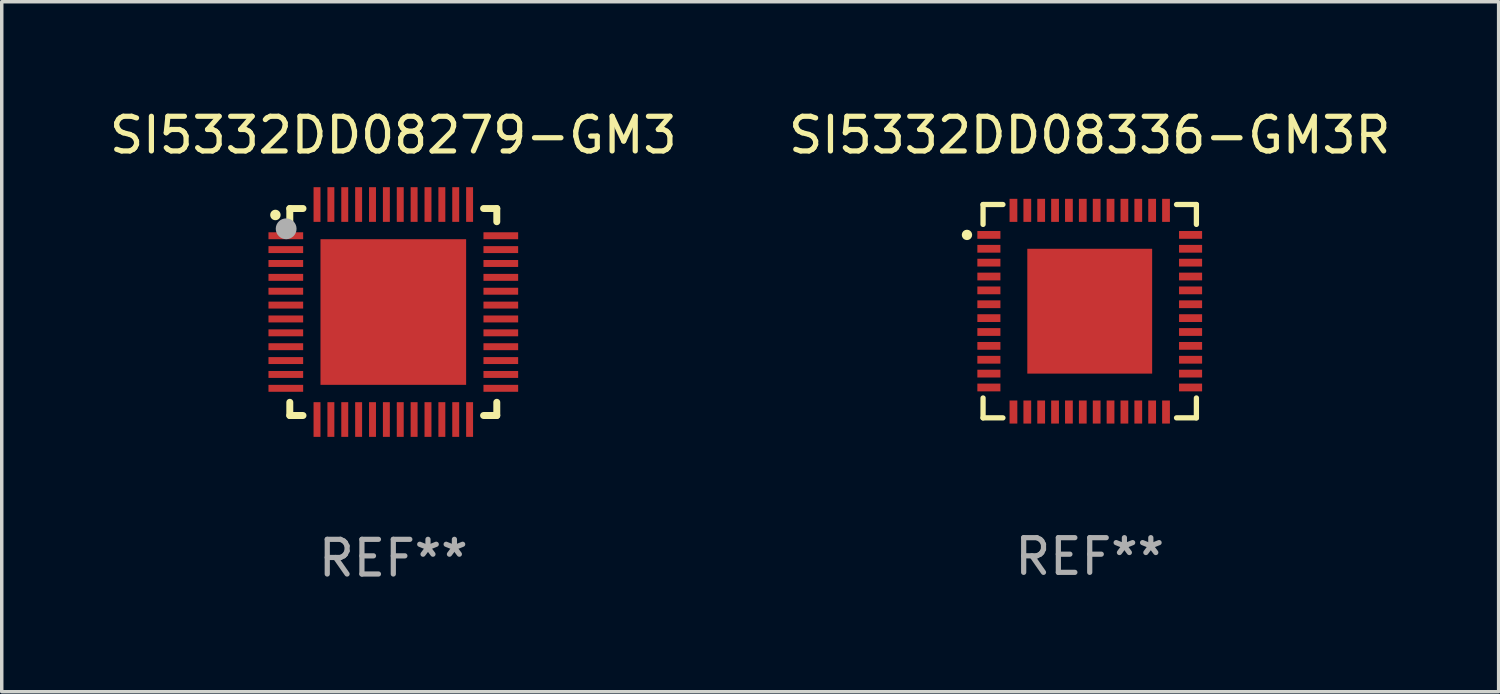
<source format=kicad_pcb>
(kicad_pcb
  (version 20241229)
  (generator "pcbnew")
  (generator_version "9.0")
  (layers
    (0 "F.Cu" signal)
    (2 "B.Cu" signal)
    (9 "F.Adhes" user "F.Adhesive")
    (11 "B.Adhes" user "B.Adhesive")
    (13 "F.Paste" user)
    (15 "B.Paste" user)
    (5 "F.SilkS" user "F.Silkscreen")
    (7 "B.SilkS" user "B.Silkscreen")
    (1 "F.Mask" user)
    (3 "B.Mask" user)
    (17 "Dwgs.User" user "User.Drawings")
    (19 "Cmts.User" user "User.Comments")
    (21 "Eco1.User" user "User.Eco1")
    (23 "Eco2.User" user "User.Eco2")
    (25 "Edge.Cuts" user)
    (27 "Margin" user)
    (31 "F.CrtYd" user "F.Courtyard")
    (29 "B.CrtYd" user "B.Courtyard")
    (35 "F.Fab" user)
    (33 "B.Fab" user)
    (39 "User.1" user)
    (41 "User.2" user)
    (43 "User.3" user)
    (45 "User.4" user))
  (footprint "SI5332DD08336-GM3R"
    (layer "F.Cu")
    (at 28.375 5.924)
    (property "Reference" "SI5332DD08336-GM3R" (at 0 -5.076 0) (layer "F.SilkS") (effects (font (size 1 1) (thickness 0.15))))
    (attr through_hole)
    (fp_line (start -3.076 -3.076) (end -3.076 -2.503) (stroke (width 0.152) (type solid)) (layer "F.SilkS"))
    (fp_line (start -3.076 3.076) (end -3.076 2.503) (stroke (width 0.152) (type solid)) (layer "F.SilkS"))
    (fp_line (start -2.503 -3.076) (end -3.076 -3.076) (stroke (width 0.152) (type solid)) (layer "F.SilkS"))
    (fp_line (start -2.503 3.076) (end -3.076 3.076) (stroke (width 0.152) (type solid)) (layer "F.SilkS"))
    (fp_line (start 2.503 -3.076) (end 3.076 -3.076) (stroke (width 0.152) (type solid)) (layer "F.SilkS"))
    (fp_line (start 2.503 3.076) (end 3.076 3.076) (stroke (width 0.152) (type solid)) (layer "F.SilkS"))
    (fp_line (start 3.076 -3.076) (end 3.076 -2.503) (stroke (width 0.152) (type solid)) (layer "F.SilkS"))
    (fp_line (start 3.076 3.076) (end 3.076 2.503) (stroke (width 0.152) (type solid)) (layer "F.SilkS"))
    (fp_circle (center -3.54 -2.2) (end -3.465 -2.2) (stroke (width 0.15) (type solid)) (fill no) (layer "F.SilkS"))
    (fp_text user "REF**" (at 0 7.076 0) (layer "F.Fab") (effects (font (size 1 1) (thickness 0.15))))
    (pad "1" smd rect (at -2.908 -2.2) (size 0.665 0.224) (layers "F.Cu" "F.Mask" "F.Paste"))
    (pad "2" smd rect (at -2.908 -1.8) (size 0.665 0.224) (layers "F.Cu" "F.Mask" "F.Paste"))
    (pad "3" smd rect (at -2.908 -1.4) (size 0.665 0.224) (layers "F.Cu" "F.Mask" "F.Paste"))
    (pad "4" smd rect (at -2.908 -1) (size 0.665 0.224) (layers "F.Cu" "F.Mask" "F.Paste"))
    (pad "5" smd rect (at -2.908 -0.6) (size 0.665 0.224) (layers "F.Cu" "F.Mask" "F.Paste"))
    (pad "6" smd rect (at -2.908 -0.2) (size 0.665 0.224) (layers "F.Cu" "F.Mask" "F.Paste"))
    (pad "7" smd rect (at -2.908 0.2) (size 0.665 0.224) (layers "F.Cu" "F.Mask" "F.Paste"))
    (pad "8" smd rect (at -2.908 0.6) (size 0.665 0.224) (layers "F.Cu" "F.Mask" "F.Paste"))
    (pad "9" smd rect (at -2.908 1) (size 0.665 0.224) (layers "F.Cu" "F.Mask" "F.Paste"))
    (pad "10" smd rect (at -2.908 1.4) (size 0.665 0.224) (layers "F.Cu" "F.Mask" "F.Paste"))
    (pad "11" smd rect (at -2.908 1.8) (size 0.665 0.224) (layers "F.Cu" "F.Mask" "F.Paste"))
    (pad "12" smd rect (at -2.908 2.2) (size 0.665 0.224) (layers "F.Cu" "F.Mask" "F.Paste"))
    (pad "13" smd rect (at -2.2 2.908) (size 0.224 0.665) (layers "F.Cu" "F.Mask" "F.Paste"))
    (pad "14" smd rect (at -1.8 2.908) (size 0.224 0.665) (layers "F.Cu" "F.Mask" "F.Paste"))
    (pad "15" smd rect (at -1.4 2.908) (size 0.224 0.665) (layers "F.Cu" "F.Mask" "F.Paste"))
    (pad "16" smd rect (at -1 2.908) (size 0.224 0.665) (layers "F.Cu" "F.Mask" "F.Paste"))
    (pad "17" smd rect (at -0.6 2.908) (size 0.224 0.665) (layers "F.Cu" "F.Mask" "F.Paste"))
    (pad "18" smd rect (at -0.2 2.908) (size 0.224 0.665) (layers "F.Cu" "F.Mask" "F.Paste"))
    (pad "19" smd rect (at 0.2 2.908) (size 0.224 0.665) (layers "F.Cu" "F.Mask" "F.Paste"))
    (pad "20" smd rect (at 0.6 2.908) (size 0.224 0.665) (layers "F.Cu" "F.Mask" "F.Paste"))
    (pad "21" smd rect (at 1 2.908) (size 0.224 0.665) (layers "F.Cu" "F.Mask" "F.Paste"))
    (pad "22" smd rect (at 1.4 2.908) (size 0.224 0.665) (layers "F.Cu" "F.Mask" "F.Paste"))
    (pad "23" smd rect (at 1.8 2.908) (size 0.224 0.665) (layers "F.Cu" "F.Mask" "F.Paste"))
    (pad "24" smd rect (at 2.2 2.908) (size 0.224 0.665) (layers "F.Cu" "F.Mask" "F.Paste"))
    (pad "25" smd rect (at 2.908 2.2) (size 0.665 0.224) (layers "F.Cu" "F.Mask" "F.Paste"))
    (pad "26" smd rect (at 2.908 1.8) (size 0.665 0.224) (layers "F.Cu" "F.Mask" "F.Paste"))
    (pad "27" smd rect (at 2.908 1.4) (size 0.665 0.224) (layers "F.Cu" "F.Mask" "F.Paste"))
    (pad "28" smd rect (at 2.908 1) (size 0.665 0.224) (layers "F.Cu" "F.Mask" "F.Paste"))
    (pad "29" smd rect (at 2.908 0.6) (size 0.665 0.224) (layers "F.Cu" "F.Mask" "F.Paste"))
    (pad "30" smd rect (at 2.908 0.2) (size 0.665 0.224) (layers "F.Cu" "F.Mask" "F.Paste"))
    (pad "31" smd rect (at 2.908 -0.2) (size 0.665 0.224) (layers "F.Cu" "F.Mask" "F.Paste"))
    (pad "32" smd rect (at 2.908 -0.6) (size 0.665 0.224) (layers "F.Cu" "F.Mask" "F.Paste"))
    (pad "33" smd rect (at 2.908 -1) (size 0.665 0.224) (layers "F.Cu" "F.Mask" "F.Paste"))
    (pad "34" smd rect (at 2.908 -1.4) (size 0.665 0.224) (layers "F.Cu" "F.Mask" "F.Paste"))
    (pad "35" smd rect (at 2.908 -1.8) (size 0.665 0.224) (layers "F.Cu" "F.Mask" "F.Paste"))
    (pad "36" smd rect (at 2.908 -2.2) (size 0.665 0.224) (layers "F.Cu" "F.Mask" "F.Paste"))
    (pad "37" smd rect (at 2.2 -2.908) (size 0.224 0.665) (layers "F.Cu" "F.Mask" "F.Paste"))
    (pad "38" smd rect (at 1.8 -2.908) (size 0.224 0.665) (layers "F.Cu" "F.Mask" "F.Paste"))
    (pad "39" smd rect (at 1.4 -2.908) (size 0.224 0.665) (layers "F.Cu" "F.Mask" "F.Paste"))
    (pad "40" smd rect (at 1 -2.908) (size 0.224 0.665) (layers "F.Cu" "F.Mask" "F.Paste"))
    (pad "41" smd rect (at 0.6 -2.908) (size 0.224 0.665) (layers "F.Cu" "F.Mask" "F.Paste"))
    (pad "42" smd rect (at 0.2 -2.908) (size 0.224 0.665) (layers "F.Cu" "F.Mask" "F.Paste"))
    (pad "43" smd rect (at -0.2 -2.908) (size 0.224 0.665) (layers "F.Cu" "F.Mask" "F.Paste"))
    (pad "44" smd rect (at -0.6 -2.908) (size 0.224 0.665) (layers "F.Cu" "F.Mask" "F.Paste"))
    (pad "45" smd rect (at -1 -2.908) (size 0.224 0.665) (layers "F.Cu" "F.Mask" "F.Paste"))
    (pad "46" smd rect (at -1.4 -2.908) (size 0.224 0.665) (layers "F.Cu" "F.Mask" "F.Paste"))
    (pad "47" smd rect (at -1.8 -2.908) (size 0.224 0.665) (layers "F.Cu" "F.Mask" "F.Paste"))
    (pad "48" smd rect (at -2.2 -2.908) (size 0.224 0.665) (layers "F.Cu" "F.Mask" "F.Paste"))
    (pad "49" smd rect (at 0 0) (size 3.6 3.6) (layers "F.Cu" "F.Mask" "F.Paste")))
  (footprint "SI5332DD08279-GM3"
    (layer "F.Cu")
    (at 8.292 5.948)
    (property "Reference" "SI5332DD08279-GM3" (at 0 -5.1 0) (layer "F.SilkS") (effects (font (size 1 1) (thickness 0.15))))
    (attr through_hole)
    (fp_line (start -2.985 -2.985) (end -2.604 -2.985) (stroke (width 0.2) (type solid)) (layer "F.SilkS"))
    (fp_line (start -2.985 -2.604) (end -2.985 -2.985) (stroke (width 0.2) (type solid)) (layer "F.SilkS"))
    (fp_line (start -2.985 2.984) (end -2.985 2.603) (stroke (width 0.2) (type solid)) (layer "F.SilkS"))
    (fp_line (start -2.604 2.984) (end -2.985 2.984) (stroke (width 0.2) (type solid)) (layer "F.SilkS"))
    (fp_line (start 2.603 -2.985) (end 2.984 -2.985) (stroke (width 0.2) (type solid)) (layer "F.SilkS"))
    (fp_line (start 2.984 -2.985) (end 2.984 -2.604) (stroke (width 0.2) (type solid)) (layer "F.SilkS"))
    (fp_line (start 2.984 2.603) (end 2.984 2.984) (stroke (width 0.2) (type solid)) (layer "F.SilkS"))
    (fp_line (start 2.984 2.984) (end 2.603 2.984) (stroke (width 0.2) (type solid)) (layer "F.SilkS"))
    (fp_arc (start -3.400076 -2.797562) (mid -3.400081 -2.798806) (end -3.400076 -2.800051) (stroke (width 0.3) (type solid)) (layer "F.SilkS"))
    (fp_circle (center -3 -3) (end -2.97 -3) (stroke (width 0.06) (type solid)) (fill no) (layer "F.SilkS"))
    (fp_circle (center -3.09 -2.4) (end -2.94 -2.4) (stroke (width 0.3) (type solid)) (fill no) (layer "F.Fab"))
    (fp_text user "REF**" (at 0 7.1 0) (layer "F.Fab") (effects (font (size 1 1) (thickness 0.15))))
    (pad "1" smd rect (at -3.1 -2.2) (size 1 0.2) (layers "F.Cu" "F.Mask" "F.Paste"))
    (pad "2" smd rect (at -3.1 -1.8) (size 1 0.2) (layers "F.Cu" "F.Mask" "F.Paste"))
    (pad "3" smd rect (at -3.1 -1.4) (size 1 0.2) (layers "F.Cu" "F.Mask" "F.Paste"))
    (pad "4" smd rect (at -3.1 -1) (size 1 0.2) (layers "F.Cu" "F.Mask" "F.Paste"))
    (pad "5" smd rect (at -3.1 -0.6) (size 1 0.2) (layers "F.Cu" "F.Mask" "F.Paste"))
    (pad "6" smd rect (at -3.1 -0.2) (size 1 0.2) (layers "F.Cu" "F.Mask" "F.Paste"))
    (pad "7" smd rect (at -3.1 0.2) (size 1 0.2) (layers "F.Cu" "F.Mask" "F.Paste"))
    (pad "8" smd rect (at -3.1 0.6) (size 1 0.2) (layers "F.Cu" "F.Mask" "F.Paste"))
    (pad "9" smd rect (at -3.1 1) (size 1 0.2) (layers "F.Cu" "F.Mask" "F.Paste"))
    (pad "10" smd rect (at -3.1 1.4) (size 1 0.2) (layers "F.Cu" "F.Mask" "F.Paste"))
    (pad "11" smd rect (at -3.1 1.8) (size 1 0.2) (layers "F.Cu" "F.Mask" "F.Paste"))
    (pad "12" smd rect (at -3.1 2.2) (size 1 0.2) (layers "F.Cu" "F.Mask" "F.Paste"))
    (pad "13" smd rect (at -2.2 3.1) (size 0.2 1) (layers "F.Cu" "F.Mask" "F.Paste"))
    (pad "14" smd rect (at -1.8 3.1) (size 0.2 1) (layers "F.Cu" "F.Mask" "F.Paste"))
    (pad "15" smd rect (at -1.4 3.1) (size 0.2 1) (layers "F.Cu" "F.Mask" "F.Paste"))
    (pad "16" smd rect (at -1 3.1) (size 0.2 1) (layers "F.Cu" "F.Mask" "F.Paste"))
    (pad "17" smd rect (at -0.6 3.1) (size 0.2 1) (layers "F.Cu" "F.Mask" "F.Paste"))
    (pad "18" smd rect (at -0.2 3.1) (size 0.2 1) (layers "F.Cu" "F.Mask" "F.Paste"))
    (pad "19" smd rect (at 0.2 3.1) (size 0.2 1) (layers "F.Cu" "F.Mask" "F.Paste"))
    (pad "20" smd rect (at 0.6 3.1) (size 0.2 1) (layers "F.Cu" "F.Mask" "F.Paste"))
    (pad "21" smd rect (at 1 3.1) (size 0.2 1) (layers "F.Cu" "F.Mask" "F.Paste"))
    (pad "22" smd rect (at 1.4 3.1) (size 0.2 1) (layers "F.Cu" "F.Mask" "F.Paste"))
    (pad "23" smd rect (at 1.8 3.1) (size 0.2 1) (layers "F.Cu" "F.Mask" "F.Paste"))
    (pad "24" smd rect (at 2.2 3.1) (size 0.2 1) (layers "F.Cu" "F.Mask" "F.Paste"))
    (pad "25" smd rect (at 3.1 2.2) (size 1 0.2) (layers "F.Cu" "F.Mask" "F.Paste"))
    (pad "26" smd rect (at 3.1 1.8) (size 1 0.2) (layers "F.Cu" "F.Mask" "F.Paste"))
    (pad "27" smd rect (at 3.1 1.4) (size 1 0.2) (layers "F.Cu" "F.Mask" "F.Paste"))
    (pad "28" smd rect (at 3.1 1) (size 1 0.2) (layers "F.Cu" "F.Mask" "F.Paste"))
    (pad "29" smd rect (at 3.1 0.6) (size 1 0.2) (layers "F.Cu" "F.Mask" "F.Paste"))
    (pad "30" smd rect (at 3.1 0.2) (size 1 0.2) (layers "F.Cu" "F.Mask" "F.Paste"))
    (pad "31" smd rect (at 3.1 -0.2) (size 1 0.2) (layers "F.Cu" "F.Mask" "F.Paste"))
    (pad "32" smd rect (at 3.1 -0.6) (size 1 0.2) (layers "F.Cu" "F.Mask" "F.Paste"))
    (pad "33" smd rect (at 3.1 -1) (size 1 0.2) (layers "F.Cu" "F.Mask" "F.Paste"))
    (pad "34" smd rect (at 3.1 -1.4) (size 1 0.2) (layers "F.Cu" "F.Mask" "F.Paste"))
    (pad "35" smd rect (at 3.1 -1.8) (size 1 0.2) (layers "F.Cu" "F.Mask" "F.Paste"))
    (pad "36" smd rect (at 3.1 -2.2) (size 1 0.2) (layers "F.Cu" "F.Mask" "F.Paste"))
    (pad "37" smd rect (at 2.2 -3.1) (size 0.2 1) (layers "F.Cu" "F.Mask" "F.Paste"))
    (pad "38" smd rect (at 1.8 -3.1) (size 0.2 1) (layers "F.Cu" "F.Mask" "F.Paste"))
    (pad "39" smd rect (at 1.4 -3.1) (size 0.2 1) (layers "F.Cu" "F.Mask" "F.Paste"))
    (pad "40" smd rect (at 1 -3.1) (size 0.2 1) (layers "F.Cu" "F.Mask" "F.Paste"))
    (pad "41" smd rect (at 0.6 -3.1) (size 0.2 1) (layers "F.Cu" "F.Mask" "F.Paste"))
    (pad "42" smd rect (at 0.2 -3.1) (size 0.2 1) (layers "F.Cu" "F.Mask" "F.Paste"))
    (pad "43" smd rect (at -0.2 -3.1) (size 0.2 1) (layers "F.Cu" "F.Mask" "F.Paste"))
    (pad "44" smd rect (at -0.6 -3.1) (size 0.2 1) (layers "F.Cu" "F.Mask" "F.Paste"))
    (pad "45" smd rect (at -1 -3.1) (size 0.2 1) (layers "F.Cu" "F.Mask" "F.Paste"))
    (pad "46" smd rect (at -1.4 -3.1) (size 0.2 1) (layers "F.Cu" "F.Mask" "F.Paste"))
    (pad "47" smd rect (at -1.8 -3.1) (size 0.2 1) (layers "F.Cu" "F.Mask" "F.Paste"))
    (pad "48" smd rect (at -2.2 -3.1) (size 0.2 1) (layers "F.Cu" "F.Mask" "F.Paste"))
    (pad "49" smd rect (at -0.000127 0) (size 4.2 4.2) (layers "F.Cu" "F.Mask" "F.Paste")))
  (gr_rect
    (start -3 -3)
    (end 40.167 16.897)
    (stroke (width 0.1) (type default))
    (fill no)
    (layer "Edge.Cuts")))
</source>
